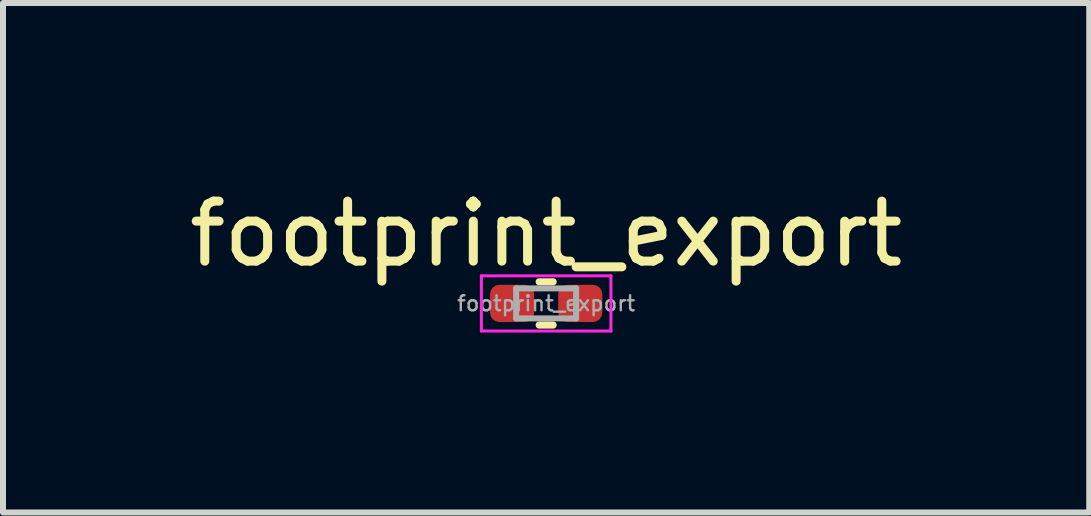
<source format=kicad_pcb>
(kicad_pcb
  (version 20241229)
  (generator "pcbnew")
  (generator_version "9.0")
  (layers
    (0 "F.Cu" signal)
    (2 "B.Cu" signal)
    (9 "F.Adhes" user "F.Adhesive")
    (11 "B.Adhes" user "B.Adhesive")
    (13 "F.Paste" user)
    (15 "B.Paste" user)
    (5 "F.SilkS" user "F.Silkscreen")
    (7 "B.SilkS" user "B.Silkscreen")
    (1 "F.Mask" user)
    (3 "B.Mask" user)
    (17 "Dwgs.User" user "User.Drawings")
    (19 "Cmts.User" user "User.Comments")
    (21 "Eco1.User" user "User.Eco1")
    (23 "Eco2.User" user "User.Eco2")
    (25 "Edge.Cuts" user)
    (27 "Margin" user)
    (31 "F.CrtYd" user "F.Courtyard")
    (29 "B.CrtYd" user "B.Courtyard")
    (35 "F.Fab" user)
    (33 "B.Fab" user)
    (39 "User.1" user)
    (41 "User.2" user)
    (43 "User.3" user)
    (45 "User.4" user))
  (footprint "footprint_export"
    (layer "F.Cu")
    (at 6.054 2.008)
    (property "Reference" "footprint_export" (at 0 -1.16 0) (layer "F.SilkS") (effects (font (size 1 1) (thickness 0.15))))
    (attr smd)
    (fp_line (start -0.116 -0.36) (end 0.116 -0.36) (stroke (width 0.12) (type solid)) (layer "F.SilkS"))
    (fp_line (start -0.116 0.36) (end 0.116 0.36) (stroke (width 0.12) (type solid)) (layer "F.SilkS"))
    (fp_line (start -1.08 -0.46) (end 1.08 -0.46) (stroke (width 0.05) (type solid)) (layer "F.CrtYd"))
    (fp_line (start -1.08 0.46) (end -1.08 -0.46) (stroke (width 0.05) (type solid)) (layer "F.CrtYd"))
    (fp_line (start 1.08 -0.46) (end 1.08 0.46) (stroke (width 0.05) (type solid)) (layer "F.CrtYd"))
    (fp_line (start 1.08 0.46) (end -1.08 0.46) (stroke (width 0.05) (type solid)) (layer "F.CrtYd"))
    (fp_line (start -0.5 -0.25) (end 0.5 -0.25) (stroke (width 0.1) (type solid)) (layer "F.Fab"))
    (fp_line (start -0.5 0.25) (end -0.5 -0.25) (stroke (width 0.1) (type solid)) (layer "F.Fab"))
    (fp_line (start 0.5 -0.25) (end 0.5 0.25) (stroke (width 0.1) (type solid)) (layer "F.Fab"))
    (fp_line (start 0.5 0.25) (end -0.5 0.25) (stroke (width 0.1) (type solid)) (layer "F.Fab"))
    (fp_text user "${REFERENCE}" (at 0 0 0) (layer "F.Fab") (effects (font (size 0.25 0.25) (thickness 0.04))))
    (pad "1" smd roundrect (at -0.568 0) (size 0.735 0.62) (layers "F.Cu" "F.Mask" "F.Paste") (roundrect_rratio 0.25))
    (pad "2" smd roundrect (at 0.568 0) (size 0.735 0.62) (layers "F.Cu" "F.Mask" "F.Paste") (roundrect_rratio 0.25)))
  (gr_rect
    (start -3 -3)
    (end 15.107 5.493)
    (stroke (width 0.1) (type default))
    (fill no)
    (layer "Edge.Cuts")))
</source>
